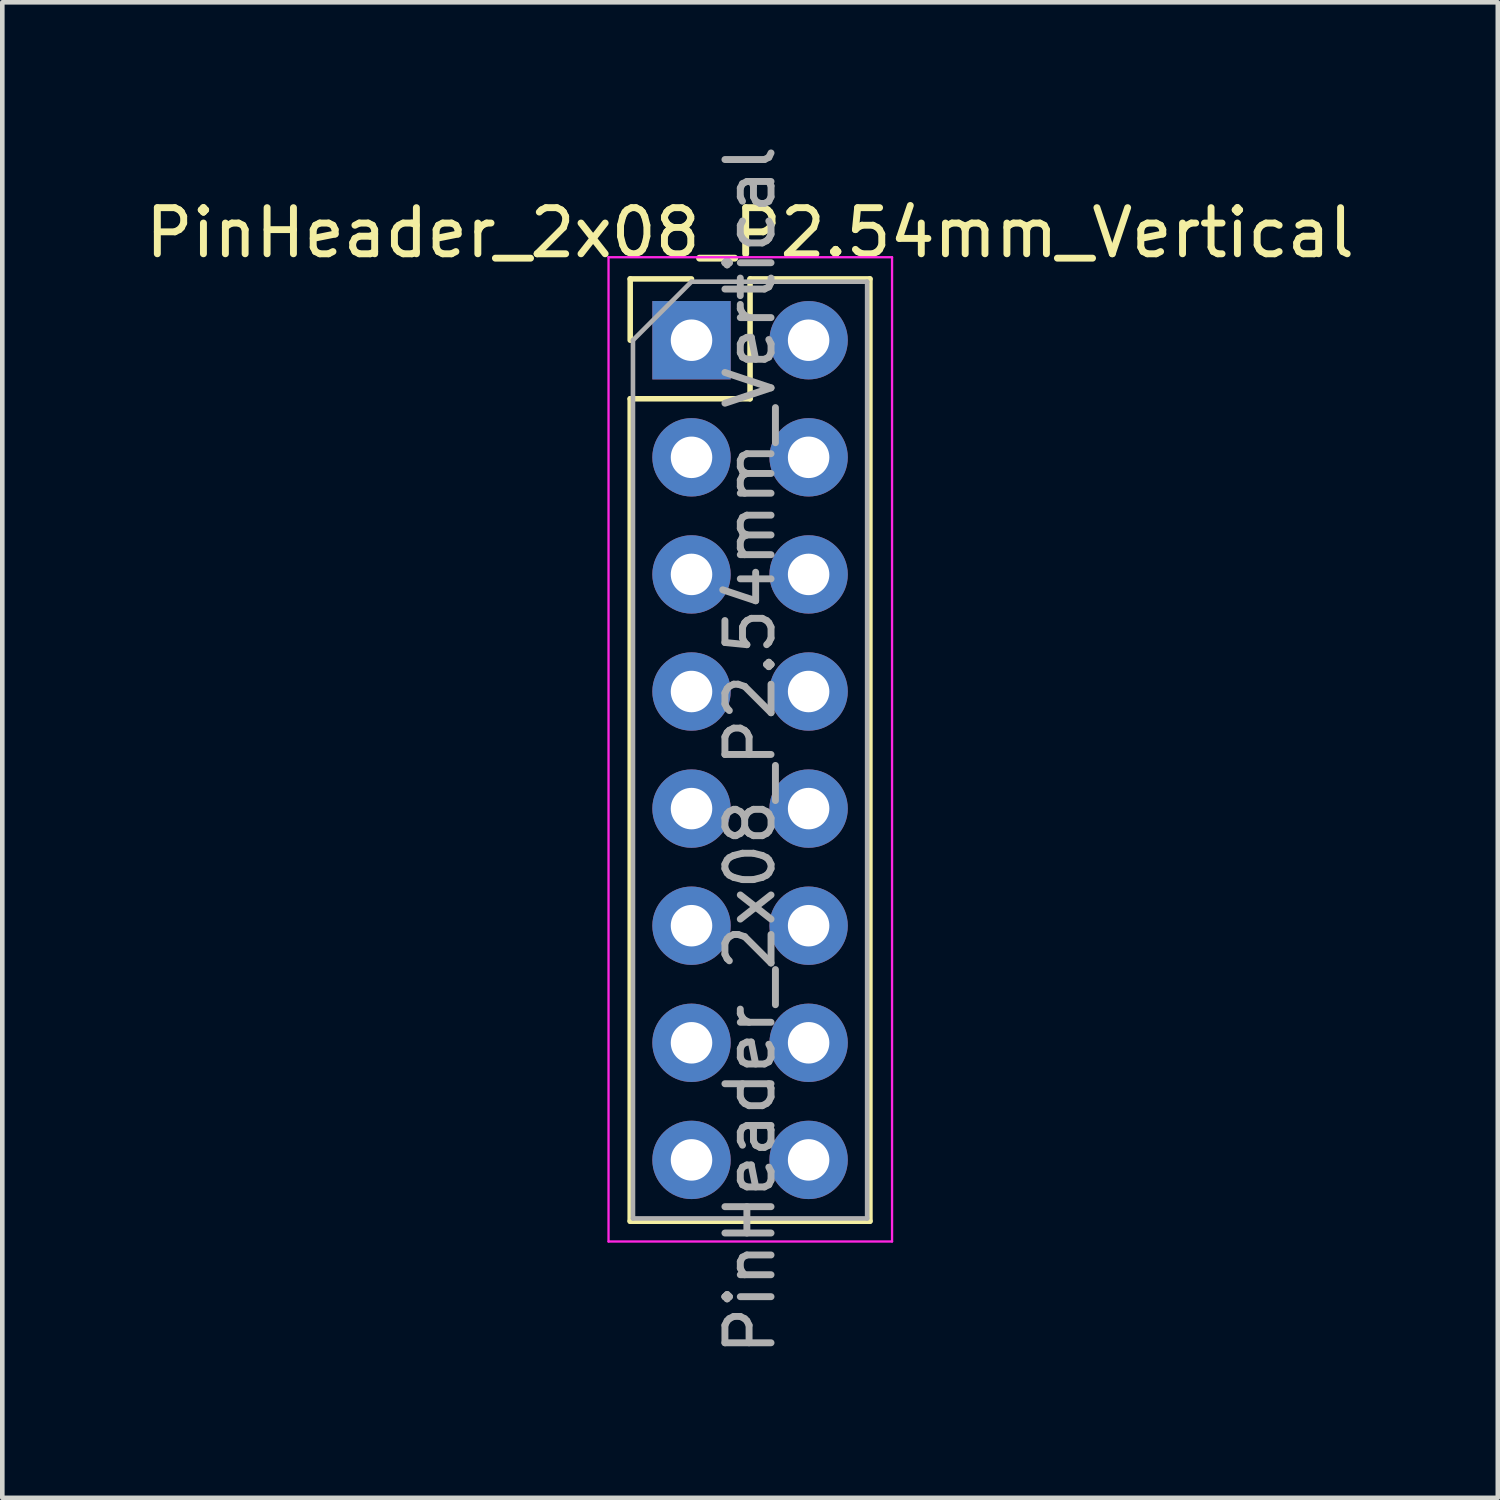
<source format=kicad_pcb>
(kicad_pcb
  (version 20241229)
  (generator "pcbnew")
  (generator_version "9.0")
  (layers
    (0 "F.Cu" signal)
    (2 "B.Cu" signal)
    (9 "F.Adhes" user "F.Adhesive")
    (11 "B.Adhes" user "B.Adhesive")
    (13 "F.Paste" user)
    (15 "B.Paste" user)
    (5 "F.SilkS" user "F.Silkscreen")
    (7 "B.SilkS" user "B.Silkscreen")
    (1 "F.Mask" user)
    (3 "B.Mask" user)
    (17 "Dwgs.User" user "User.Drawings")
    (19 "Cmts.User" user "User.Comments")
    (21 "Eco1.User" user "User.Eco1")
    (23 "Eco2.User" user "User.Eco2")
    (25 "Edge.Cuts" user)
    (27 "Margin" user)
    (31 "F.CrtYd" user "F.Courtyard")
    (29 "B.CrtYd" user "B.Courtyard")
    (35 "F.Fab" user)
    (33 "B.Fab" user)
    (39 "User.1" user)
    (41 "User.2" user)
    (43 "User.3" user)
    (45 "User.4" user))
  (footprint "PinHeader_2x08_P2.54mm_Vertical"
    (layer "F.Cu")
    (at 11.95 4.33)
    (property "Reference" "PinHeader_2x08_P2.54mm_Vertical" (at 1.27 -2.33 0) (layer "F.SilkS") (effects (font (size 1 1) (thickness 0.15))))
    (attr through_hole)
    (fp_line (start -1.33 -1.33) (end 0 -1.33) (stroke (width 0.12) (type solid)) (layer "F.SilkS"))
    (fp_line (start -1.33 0) (end -1.33 -1.33) (stroke (width 0.12) (type solid)) (layer "F.SilkS"))
    (fp_line (start -1.33 1.27) (end -1.33 19.11) (stroke (width 0.12) (type solid)) (layer "F.SilkS"))
    (fp_line (start -1.33 1.27) (end 1.27 1.27) (stroke (width 0.12) (type solid)) (layer "F.SilkS"))
    (fp_line (start -1.33 19.11) (end 3.87 19.11) (stroke (width 0.12) (type solid)) (layer "F.SilkS"))
    (fp_line (start 1.27 -1.33) (end 3.87 -1.33) (stroke (width 0.12) (type solid)) (layer "F.SilkS"))
    (fp_line (start 1.27 1.27) (end 1.27 -1.33) (stroke (width 0.12) (type solid)) (layer "F.SilkS"))
    (fp_line (start 3.87 -1.33) (end 3.87 19.11) (stroke (width 0.12) (type solid)) (layer "F.SilkS"))
    (fp_line (start -1.8 -1.8) (end -1.8 19.55) (stroke (width 0.05) (type solid)) (layer "F.CrtYd"))
    (fp_line (start -1.8 19.55) (end 4.35 19.55) (stroke (width 0.05) (type solid)) (layer "F.CrtYd"))
    (fp_line (start 4.35 -1.8) (end -1.8 -1.8) (stroke (width 0.05) (type solid)) (layer "F.CrtYd"))
    (fp_line (start 4.35 19.55) (end 4.35 -1.8) (stroke (width 0.05) (type solid)) (layer "F.CrtYd"))
    (fp_line (start -1.27 0) (end 0 -1.27) (stroke (width 0.1) (type solid)) (layer "F.Fab"))
    (fp_line (start -1.27 19.05) (end -1.27 0) (stroke (width 0.1) (type solid)) (layer "F.Fab"))
    (fp_line (start 0 -1.27) (end 3.81 -1.27) (stroke (width 0.1) (type solid)) (layer "F.Fab"))
    (fp_line (start 3.81 -1.27) (end 3.81 19.05) (stroke (width 0.1) (type solid)) (layer "F.Fab"))
    (fp_line (start 3.81 19.05) (end -1.27 19.05) (stroke (width 0.1) (type solid)) (layer "F.Fab"))
    (fp_text user "${REFERENCE}" (at 1.27 8.89 270) (layer "F.Fab") (effects (font (size 1 1) (thickness 0.15))))
    (pad "1" thru_hole rect (at 0 0) (size 1.7 1.7) (drill 0.9) (layers "*.Cu" "*.Mask"))
    (pad "2" thru_hole oval (at 2.54 0) (size 1.7 1.7) (drill 0.9) (layers "*.Cu" "*.Mask"))
    (pad "3" thru_hole oval (at 0 2.54) (size 1.7 1.7) (drill 0.9) (layers "*.Cu" "*.Mask"))
    (pad "4" thru_hole oval (at 2.54 2.54) (size 1.7 1.7) (drill 0.9) (layers "*.Cu" "*.Mask"))
    (pad "5" thru_hole oval (at 0 5.08) (size 1.7 1.7) (drill 0.9) (layers "*.Cu" "*.Mask"))
    (pad "6" thru_hole oval (at 2.54 5.08) (size 1.7 1.7) (drill 0.9) (layers "*.Cu" "*.Mask"))
    (pad "7" thru_hole oval (at 0 7.62) (size 1.7 1.7) (drill 0.9) (layers "*.Cu" "*.Mask"))
    (pad "8" thru_hole oval (at 2.54 7.62) (size 1.7 1.7) (drill 0.9) (layers "*.Cu" "*.Mask"))
    (pad "9" thru_hole oval (at 0 10.16) (size 1.7 1.7) (drill 0.9) (layers "*.Cu" "*.Mask"))
    (pad "10" thru_hole oval (at 2.54 10.16) (size 1.7 1.7) (drill 0.9) (layers "*.Cu" "*.Mask"))
    (pad "11" thru_hole oval (at 0 12.7) (size 1.7 1.7) (drill 0.9) (layers "*.Cu" "*.Mask"))
    (pad "12" thru_hole oval (at 2.54 12.7) (size 1.7 1.7) (drill 0.9) (layers "*.Cu" "*.Mask"))
    (pad "13" thru_hole oval (at 0 15.24) (size 1.7 1.7) (drill 0.9) (layers "*.Cu" "*.Mask"))
    (pad "14" thru_hole oval (at 2.54 15.24) (size 1.7 1.7) (drill 0.9) (layers "*.Cu" "*.Mask"))
    (pad "15" thru_hole oval (at 0 17.78) (size 1.7 1.7) (drill 0.9) (layers "*.Cu" "*.Mask"))
    (pad "16" thru_hole oval (at 2.54 17.78) (size 1.7 1.7) (drill 0.9) (layers "*.Cu" "*.Mask")))
  (gr_rect
    (start -3 -3)
    (end 29.44 29.44)
    (stroke (width 0.1) (type default))
    (fill no)
    (layer "Edge.Cuts")))
</source>
